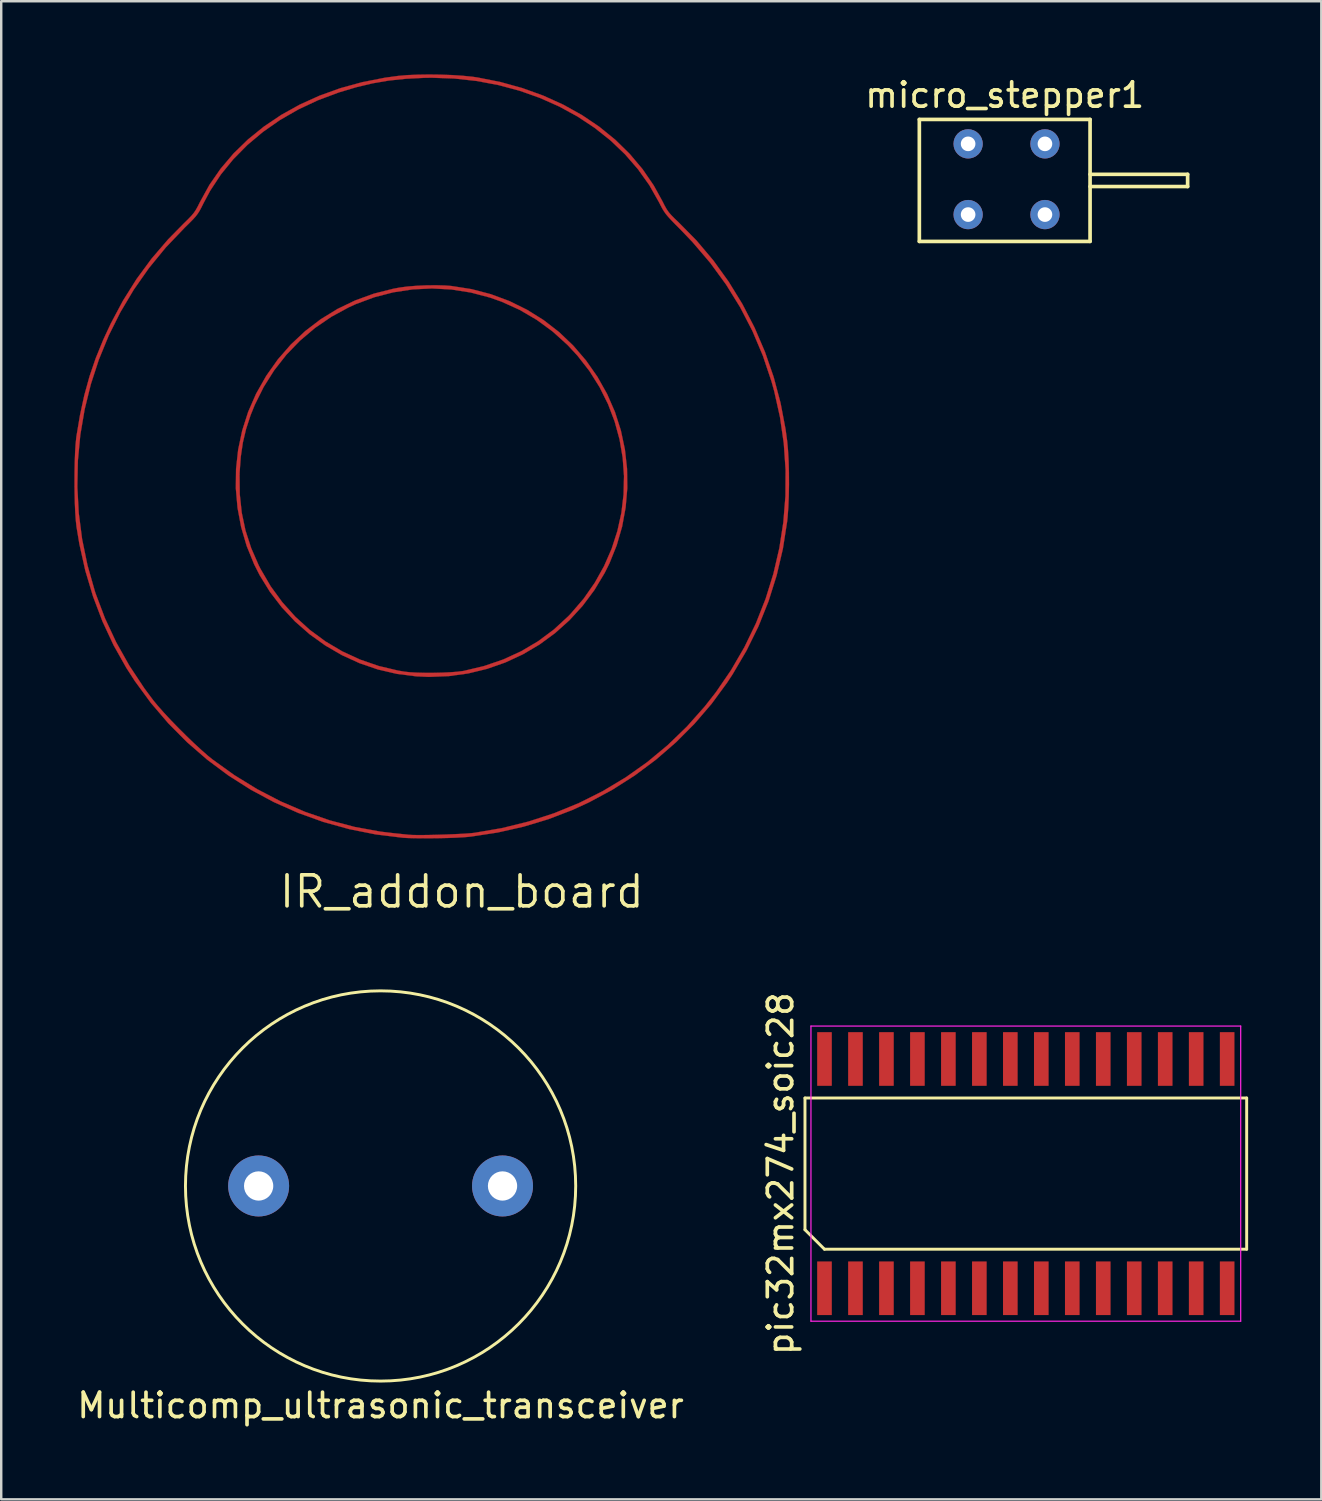
<source format=kicad_pcb>
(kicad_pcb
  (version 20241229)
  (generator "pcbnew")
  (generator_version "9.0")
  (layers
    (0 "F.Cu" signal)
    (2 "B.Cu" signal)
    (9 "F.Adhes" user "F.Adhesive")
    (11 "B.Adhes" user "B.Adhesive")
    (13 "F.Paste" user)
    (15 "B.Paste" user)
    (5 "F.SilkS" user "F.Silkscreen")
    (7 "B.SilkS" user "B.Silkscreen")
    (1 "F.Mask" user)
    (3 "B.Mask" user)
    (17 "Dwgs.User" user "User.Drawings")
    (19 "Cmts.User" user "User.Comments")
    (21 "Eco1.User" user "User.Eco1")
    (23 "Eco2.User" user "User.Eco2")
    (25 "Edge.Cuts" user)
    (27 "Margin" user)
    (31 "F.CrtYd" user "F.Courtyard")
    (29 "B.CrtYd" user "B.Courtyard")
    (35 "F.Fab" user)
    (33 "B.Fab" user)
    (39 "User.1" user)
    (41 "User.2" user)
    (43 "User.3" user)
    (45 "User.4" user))
  (footprint "Multicomp_ultrasonic_transceiver"
    (layer "F.Cu")
    (at 12.554 45.576)
    (property "Reference" "Multicomp_ultrasonic_transceiver" (at 0 9 0) (layer "F.SilkS") (effects (font (size 1 1) (thickness 0.15))))
    (attr through_hole)
    (fp_circle (center 0 0) (end 8 0) (stroke (width 0.12) (type solid)) (fill no) (layer "F.SilkS"))
    (pad "1" thru_hole circle (at -5 0) (size 2.5 2.5) (drill 1.2) (layers "*.Cu" "*.Mask"))
    (pad "2" thru_hole circle (at 5 0) (size 2.5 2.5) (drill 1.2) (layers "*.Cu" "*.Mask")))
  (footprint "IR_addon_board"
    (layer "F.Cu")
    (at 20.984 15.41)
    (property "Reference" "IR_addon_board" (at -5.1 18.1 0) (layer "F.SilkS") (effects (font (size 1.27 1.27) (thickness 0.15))))
    (attr through_hole)
    (fp_poly (pts (xy -5.773 -6.754) (xy -5.524 -6.734) (xy -4.702 -6.605) (xy -3.909 -6.398) (xy -3.149 -6.116) (xy -2.428 -5.761) (xy -1.749 -5.338) (xy -1.116 -4.848) (xy -0.534 -4.294) (xy -0.006 -3.679) (xy 0.464 -3.007) (xy 0.86 -2.303) (xy 1.18 -1.569) (xy 1.423 -0.81) (xy 1.588 -0.031) (xy 1.676 0.759) (xy 1.686 1.554) (xy 1.618 2.347) (xy 1.474 3.13) (xy 1.252 3.897) (xy 0.953 4.64) (xy 0.758 5.032) (xy 0.336 5.734) (xy -0.147 6.381) (xy -0.687 6.971) (xy -1.279 7.501) (xy -1.917 7.968) (xy -2.597 8.369) (xy -3.314 8.702) (xy -4.063 8.964) (xy -4.838 9.152) (xy -5.634 9.262) (xy -6.447 9.294) (xy -6.964 9.271) (xy -7.761 9.17) (xy -8.538 8.989) (xy -9.29 8.732) (xy -10.011 8.404) (xy -10.696 8.006) (xy -11.339 7.545) (xy -11.935 7.023) (xy -12.478 6.443) (xy -12.963 5.811) (xy -13.384 5.13) (xy -13.614 4.677) (xy -13.92 3.925) (xy -14.147 3.152) (xy -14.295 2.363) (xy -14.365 1.565) (xy -14.359 1.002) (xy -14.212 1.002) (xy -14.203 1.801) (xy -14.122 2.563) (xy -13.967 3.297) (xy -13.735 4.013) (xy -13.425 4.722) (xy -13.35 4.869) (xy -12.937 5.577) (xy -12.46 6.231) (xy -11.924 6.828) (xy -11.334 7.364) (xy -10.693 7.837) (xy -10.006 8.244) (xy -9.277 8.581) (xy -8.51 8.846) (xy -7.71 9.035) (xy -7.448 9.079) (xy -7.223 9.104) (xy -6.936 9.119) (xy -6.608 9.127) (xy -6.259 9.127) (xy -5.908 9.119) (xy -5.578 9.104) (xy -5.287 9.082) (xy -5.056 9.053) (xy -5.016 9.046) (xy -4.188 8.849) (xy -3.404 8.581) (xy -2.665 8.242) (xy -1.973 7.833) (xy -1.327 7.353) (xy -0.73 6.803) (xy -0.635 6.704) (xy -0.105 6.088) (xy 0.351 5.435) (xy 0.733 4.751) (xy 1.043 4.042) (xy 1.279 3.313) (xy 1.443 2.569) (xy 1.533 1.815) (xy 1.551 1.059) (xy 1.496 0.304) (xy 1.368 -0.444) (xy 1.167 -1.179) (xy 0.894 -1.896) (xy 0.548 -2.589) (xy 0.13 -3.253) (xy -0.361 -3.882) (xy -0.764 -4.316) (xy -1.373 -4.866) (xy -2.028 -5.346) (xy -2.727 -5.755) (xy -3.465 -6.089) (xy -3.941 -6.258) (xy -4.726 -6.465) (xy -5.522 -6.59) (xy -6.322 -6.633) (xy -7.12 -6.594) (xy -7.911 -6.474) (xy -8.688 -6.273) (xy -9.444 -5.992) (xy -9.73 -5.862) (xy -10.45 -5.471) (xy -11.12 -5.013) (xy -11.735 -4.492) (xy -12.294 -3.913) (xy -12.791 -3.279) (xy -13.223 -2.594) (xy -13.587 -1.863) (xy -13.763 -1.427) (xy -13.944 -0.872) (xy -14.076 -0.315) (xy -14.162 0.269) (xy -14.208 0.902) (xy -14.212 1.002) (xy -14.359 1.002) (xy -14.356 0.766) (xy -14.269 -0.028) (xy -14.103 -0.81) (xy -13.859 -1.573) (xy -13.537 -2.31) (xy -13.525 -2.333) (xy -13.114 -3.056) (xy -12.641 -3.724) (xy -12.108 -4.335) (xy -11.521 -4.885) (xy -10.883 -5.372) (xy -10.198 -5.792) (xy -9.471 -6.142) (xy -8.705 -6.42) (xy -7.904 -6.622) (xy -7.641 -6.671) (xy -7.319 -6.713) (xy -6.943 -6.743) (xy -6.54 -6.761) (xy -6.14 -6.764) (xy -5.773 -6.754)) (stroke (width 0.01) (type solid)) (fill yes) (layer "F.Cu"))
    (fp_poly (pts (xy -5.973 -15.399) (xy -5.502 -15.382) (xy -5.059 -15.353) (xy -4.667 -15.314) (xy -4.466 -15.285) (xy -3.52 -15.098) (xy -2.613 -14.847) (xy -1.751 -14.536) (xy -0.935 -14.166) (xy -0.17 -13.74) (xy 0.54 -13.261) (xy 1.193 -12.73) (xy 1.785 -12.15) (xy 2.312 -11.524) (xy 2.772 -10.853) (xy 3.119 -10.223) (xy 3.217 -10.029) (xy 3.301 -9.88) (xy 3.387 -9.756) (xy 3.492 -9.635) (xy 3.63 -9.495) (xy 3.777 -9.356) (xy 4.525 -8.597) (xy 5.215 -7.78) (xy 5.842 -6.91) (xy 6.406 -5.992) (xy 6.902 -5.032) (xy 7.33 -4.033) (xy 7.687 -3.002) (xy 7.969 -1.942) (xy 8.175 -0.86) (xy 8.24 -0.381) (xy 8.275 -0.005) (xy 8.3 0.432) (xy 8.313 0.908) (xy 8.316 1.4) (xy 8.307 1.887) (xy 8.288 2.345) (xy 8.258 2.753) (xy 8.24 2.921) (xy 8.065 4.042) (xy 7.81 5.131) (xy 7.477 6.19) (xy 7.064 7.22) (xy 6.572 8.22) (xy 6 9.192) (xy 5.782 9.525) (xy 5.148 10.39) (xy 4.446 11.208) (xy 3.682 11.975) (xy 2.861 12.686) (xy 1.989 13.337) (xy 1.071 13.922) (xy 0.113 14.438) (xy -0.574 14.753) (xy -1.555 15.129) (xy -2.578 15.437) (xy -3.629 15.674) (xy -4.697 15.837) (xy -4.847 15.854) (xy -5.064 15.871) (xy -5.344 15.886) (xy -5.67 15.898) (xy -6.021 15.906) (xy -6.38 15.91) (xy -6.728 15.911) (xy -7.047 15.908) (xy -7.318 15.9) (xy -7.514 15.889) (xy -8.626 15.752) (xy -9.715 15.535) (xy -10.776 15.241) (xy -11.805 14.871) (xy -12.801 14.429) (xy -13.758 13.915) (xy -14.674 13.332) (xy -15.544 12.683) (xy -16.366 11.969) (xy -17.136 11.193) (xy -17.851 10.356) (xy -18.506 9.462) (xy -18.856 8.92) (xy -19.377 7.995) (xy -19.832 7.02) (xy -20.218 6) (xy -20.535 4.942) (xy -20.779 3.85) (xy -20.898 3.133) (xy -20.926 2.873) (xy -20.949 2.547) (xy -20.965 2.171) (xy -20.975 1.76) (xy -20.978 1.501) (xy -20.863 1.501) (xy -20.805 2.574) (xy -20.667 3.647) (xy -20.447 4.716) (xy -20.145 5.777) (xy -20.11 5.884) (xy -19.73 6.889) (xy -19.27 7.873) (xy -18.731 8.832) (xy -18.117 9.76) (xy -17.756 10.245) (xy -17.56 10.483) (xy -17.313 10.763) (xy -17.028 11.069) (xy -16.718 11.388) (xy -16.397 11.708) (xy -16.08 12.013) (xy -15.778 12.291) (xy -15.507 12.529) (xy -15.325 12.676) (xy -14.425 13.322) (xy -13.488 13.898) (xy -12.52 14.4) (xy -11.525 14.827) (xy -10.51 15.177) (xy -9.479 15.448) (xy -8.437 15.637) (xy -7.895 15.702) (xy -7.689 15.723) (xy -7.498 15.743) (xy -7.349 15.758) (xy -7.281 15.766) (xy -7.147 15.774) (xy -6.943 15.778) (xy -6.685 15.778) (xy -6.389 15.774) (xy -6.07 15.766) (xy -5.743 15.756) (xy -5.423 15.743) (xy -5.126 15.729) (xy -4.867 15.713) (xy -4.662 15.696) (xy -4.572 15.685) (xy -3.451 15.493) (xy -2.362 15.224) (xy -1.308 14.881) (xy -0.292 14.464) (xy 0.683 13.975) (xy 1.616 13.416) (xy 2.503 12.788) (xy 3.341 12.093) (xy 4.128 11.332) (xy 4.861 10.507) (xy 5.318 9.924) (xy 5.939 9.018) (xy 6.487 8.075) (xy 6.959 7.098) (xy 7.356 6.093) (xy 7.676 5.064) (xy 7.919 4.015) (xy 8.084 2.952) (xy 8.17 1.878) (xy 8.176 0.799) (xy 8.102 -0.281) (xy 7.946 -1.358) (xy 7.708 -2.426) (xy 7.596 -2.827) (xy 7.244 -3.877) (xy 6.817 -4.887) (xy 6.315 -5.858) (xy 5.738 -6.79) (xy 5.086 -7.683) (xy 4.359 -8.535) (xy 3.889 -9.026) (xy 3.671 -9.245) (xy 3.503 -9.418) (xy 3.374 -9.557) (xy 3.275 -9.675) (xy 3.196 -9.785) (xy 3.125 -9.9) (xy 3.054 -10.034) (xy 2.987 -10.165) (xy 2.59 -10.866) (xy 2.123 -11.523) (xy 1.591 -12.136) (xy 0.997 -12.702) (xy 0.347 -13.218) (xy -0.355 -13.683) (xy -1.104 -14.092) (xy -1.896 -14.445) (xy -2.727 -14.739) (xy -3.591 -14.971) (xy -4.484 -15.139) (xy -5.403 -15.24) (xy -6.341 -15.273) (xy -6.646 -15.268) (xy -7.394 -15.23) (xy -8.09 -15.157) (xy -8.758 -15.043) (xy -9.427 -14.884) (xy -10.122 -14.676) (xy -10.151 -14.667) (xy -11.001 -14.349) (xy -11.804 -13.972) (xy -12.557 -13.538) (xy -13.254 -13.051) (xy -13.893 -12.515) (xy -14.469 -11.931) (xy -14.979 -11.305) (xy -15.418 -10.637) (xy -15.692 -10.125) (xy -15.778 -9.952) (xy -15.852 -9.814) (xy -15.926 -9.698) (xy -16.012 -9.586) (xy -16.122 -9.463) (xy -16.269 -9.314) (xy -16.464 -9.123) (xy -16.477 -9.109) (xy -17.238 -8.312) (xy -17.929 -7.468) (xy -18.55 -6.583) (xy -19.099 -5.66) (xy -19.576 -4.704) (xy -19.98 -3.718) (xy -20.309 -2.708) (xy -20.563 -1.677) (xy -20.741 -0.629) (xy -20.841 0.432) (xy -20.863 1.501) (xy -20.978 1.501) (xy -20.979 1.331) (xy -20.977 0.901) (xy -20.969 0.486) (xy -20.955 0.102) (xy -20.935 -0.235) (xy -20.908 -0.508) (xy -20.9 -0.572) (xy -20.753 -1.446) (xy -20.576 -2.26) (xy -20.363 -3.031) (xy -20.107 -3.779) (xy -19.804 -4.523) (xy -19.496 -5.186) (xy -18.99 -6.135) (xy -18.434 -7.02) (xy -17.821 -7.853) (xy -17.143 -8.643) (xy -16.5 -9.297) (xy -16.319 -9.474) (xy -16.185 -9.614) (xy -16.084 -9.736) (xy -16.001 -9.86) (xy -15.92 -10.006) (xy -15.841 -10.165) (xy -15.45 -10.876) (xy -14.987 -11.544) (xy -14.458 -12.168) (xy -13.864 -12.745) (xy -13.211 -13.273) (xy -12.502 -13.749) (xy -11.741 -14.172) (xy -10.931 -14.538) (xy -10.077 -14.845) (xy -9.182 -15.091) (xy -8.249 -15.274) (xy -7.705 -15.348) (xy -7.337 -15.38) (xy -6.912 -15.398) (xy -6.45 -15.405) (xy -5.973 -15.399)) (stroke (width 0.01) (type solid)) (fill yes) (layer "F.Cu")))
  (footprint "pic32mx274_soic28"
    (layer "F.Cu")
    (at 39.01 45.07)
    (property "Reference" "pic32mx274_soic28" (at -10.055 0 90) (layer "F.SilkS") (effects (font (size 1 1) (thickness 0.15))))
    (attr smd)
    (fp_line (start -9.055 -3.1) (end 9.055 -3.1) (stroke (width 0.12) (type solid)) (layer "F.SilkS"))
    (fp_line (start -9.055 2.3) (end -9.055 -3.1) (stroke (width 0.12) (type solid)) (layer "F.SilkS"))
    (fp_line (start -8.255 3.1) (end -9.055 2.3) (stroke (width 0.12) (type solid)) (layer "F.SilkS"))
    (fp_line (start 9.055 -3.1) (end 9.055 3.1) (stroke (width 0.12) (type solid)) (layer "F.SilkS"))
    (fp_line (start 9.055 3.1) (end -8.255 3.1) (stroke (width 0.12) (type solid)) (layer "F.SilkS"))
    (fp_line (start -8.81 -6.05) (end 8.81 -6.05) (stroke (width 0.05) (type solid)) (layer "F.CrtYd"))
    (fp_line (start -8.81 6.05) (end -8.81 -6.05) (stroke (width 0.05) (type solid)) (layer "F.CrtYd"))
    (fp_line (start 8.81 -6.05) (end 8.81 6.05) (stroke (width 0.05) (type solid)) (layer "F.CrtYd"))
    (fp_line (start 8.81 6.05) (end -8.81 6.05) (stroke (width 0.05) (type solid)) (layer "F.CrtYd"))
    (pad "1" smd rect (at -8.255 4.7) (size 0.6 2.2) (layers "F.Cu" "F.Mask" "F.Paste"))
    (pad "2" smd rect (at -6.985 4.7) (size 0.6 2.2) (layers "F.Cu" "F.Mask" "F.Paste"))
    (pad "3" smd rect (at -5.715 4.7) (size 0.6 2.2) (layers "F.Cu" "F.Mask" "F.Paste"))
    (pad "4" smd rect (at -4.445 4.7) (size 0.6 2.2) (layers "F.Cu" "F.Mask" "F.Paste"))
    (pad "5" smd rect (at -3.175 4.7) (size 0.6 2.2) (layers "F.Cu" "F.Mask" "F.Paste"))
    (pad "6" smd rect (at -1.905 4.7) (size 0.6 2.2) (layers "F.Cu" "F.Mask" "F.Paste"))
    (pad "7" smd rect (at -0.635 4.7) (size 0.6 2.2) (layers "F.Cu" "F.Mask" "F.Paste"))
    (pad "8" smd rect (at 0.635 4.7) (size 0.6 2.2) (layers "F.Cu" "F.Mask" "F.Paste"))
    (pad "9" smd rect (at 1.905 4.7) (size 0.6 2.2) (layers "F.Cu" "F.Mask" "F.Paste"))
    (pad "10" smd rect (at 3.175 4.7) (size 0.6 2.2) (layers "F.Cu" "F.Mask" "F.Paste"))
    (pad "11" smd rect (at 4.445 4.7) (size 0.6 2.2) (layers "F.Cu" "F.Mask" "F.Paste"))
    (pad "12" smd rect (at 5.715 4.7) (size 0.6 2.2) (layers "F.Cu" "F.Mask" "F.Paste"))
    (pad "13" smd rect (at 6.985 4.7) (size 0.6 2.2) (layers "F.Cu" "F.Mask" "F.Paste"))
    (pad "14" smd rect (at 8.255 4.7) (size 0.6 2.2) (layers "F.Cu" "F.Mask" "F.Paste"))
    (pad "15" smd rect (at 8.255 -4.7) (size 0.6 2.2) (layers "F.Cu" "F.Mask" "F.Paste"))
    (pad "16" smd rect (at 6.985 -4.7) (size 0.6 2.2) (layers "F.Cu" "F.Mask" "F.Paste"))
    (pad "17" smd rect (at 5.715 -4.7) (size 0.6 2.2) (layers "F.Cu" "F.Mask" "F.Paste"))
    (pad "18" smd rect (at 4.445 -4.7) (size 0.6 2.2) (layers "F.Cu" "F.Mask" "F.Paste"))
    (pad "19" smd rect (at 3.175 -4.7) (size 0.6 2.2) (layers "F.Cu" "F.Mask" "F.Paste"))
    (pad "20" smd rect (at 1.905 -4.7) (size 0.6 2.2) (layers "F.Cu" "F.Mask" "F.Paste"))
    (pad "21" smd rect (at 0.635 -4.7) (size 0.6 2.2) (layers "F.Cu" "F.Mask" "F.Paste"))
    (pad "22" smd rect (at -0.635 -4.7) (size 0.6 2.2) (layers "F.Cu" "F.Mask" "F.Paste"))
    (pad "23" smd rect (at -1.905 -4.7) (size 0.6 2.2) (layers "F.Cu" "F.Mask" "F.Paste"))
    (pad "24" smd rect (at -3.175 -4.7) (size 0.6 2.2) (layers "F.Cu" "F.Mask" "F.Paste"))
    (pad "25" smd rect (at -4.445 -4.7) (size 0.6 2.2) (layers "F.Cu" "F.Mask" "F.Paste"))
    (pad "26" smd rect (at -5.715 -4.7) (size 0.6 2.2) (layers "F.Cu" "F.Mask" "F.Paste"))
    (pad "27" smd rect (at -6.985 -4.7) (size 0.6 2.2) (layers "F.Cu" "F.Mask" "F.Paste"))
    (pad "28" smd rect (at -8.255 -4.7) (size 0.6 2.2) (layers "F.Cu" "F.Mask" "F.Paste")))
  (footprint "micro_stepper1"
    (layer "F.Cu")
    (at 38.144 4.348)
    (property "Reference" "micro_stepper1" (at 0 -3.5 0) (layer "F.SilkS") (effects (font (size 1 1) (thickness 0.15))))
    (attr through_hole)
    (fp_line (start -3.5 -2.5) (end -3.5 2.5) (stroke (width 0.15) (type solid)) (layer "F.SilkS"))
    (fp_line (start -3.5 2.5) (end 3.5 2.5) (stroke (width 0.15) (type solid)) (layer "F.SilkS"))
    (fp_line (start 3.5 -2.5) (end -3.5 -2.5) (stroke (width 0.15) (type solid)) (layer "F.SilkS"))
    (fp_line (start 3.5 -0.25) (end 7.5 -0.25) (stroke (width 0.15) (type solid)) (layer "F.SilkS"))
    (fp_line (start 3.5 2.5) (end 3.5 -2.5) (stroke (width 0.15) (type solid)) (layer "F.SilkS"))
    (fp_line (start 7.5 -0.25) (end 7.5 0.25) (stroke (width 0.15) (type solid)) (layer "F.SilkS"))
    (fp_line (start 7.5 0.25) (end 3.5 0.25) (stroke (width 0.15) (type solid)) (layer "F.SilkS"))
    (pad "1" thru_hole circle (at -1.5 -1.5) (size 1.2 1.2) (drill 0.6) (layers "*.Cu" "*.Mask"))
    (pad "2" thru_hole circle (at -1.5 1.4) (size 1.2 1.2) (drill 0.6) (layers "*.Cu" "*.Mask"))
    (pad "3" thru_hole circle (at 1.65 -1.5) (size 1.2 1.2) (drill 0.6) (layers "*.Cu" "*.Mask"))
    (pad "4" thru_hole circle (at 1.65 1.4) (size 1.2 1.2) (drill 0.6) (layers "*.Cu" "*.Mask")))
  (gr_rect
    (start -3 -3)
    (end 51.125 58.424)
    (stroke (width 0.1) (type default))
    (fill no)
    (layer "Edge.Cuts")))
</source>
